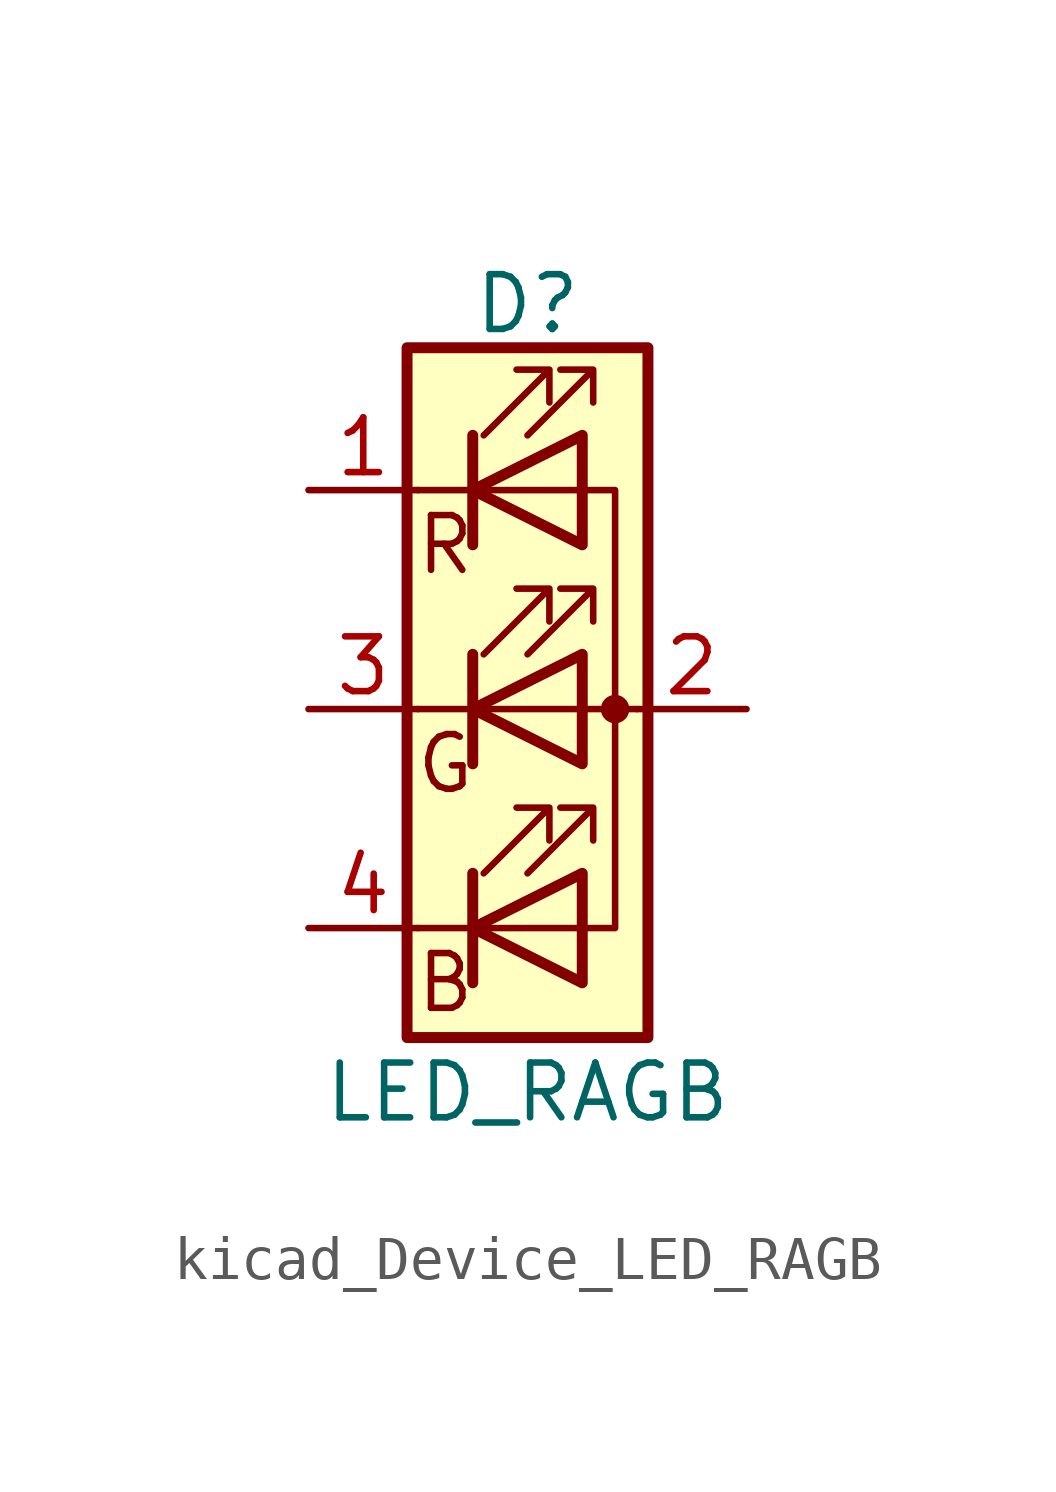
<source format=kicad_sym>
(kicad_symbol_lib
  (version 20220914)
  (generator kicad_symbol_editor)
  (symbol "kicad_Device_LED_RAGB"
    (pin_names
      (offset 0) hide)
    (property "Reference" "D"
      (at 0 9.398 0)
      (effects (font (size 1.27 1.27))))
    (property "Value" "LED_RAGB"
      (at 0 -8.89 0)
      (effects (font (size 1.27 1.27))))
    (symbol "kicad_Device_LED_RAGB_0_0"
      (text "B" (at -1.905 -6.35 0) (effects (font (size 1.27 1.27))))
      (text "G" (at -1.905 -1.27 0) (effects (font (size 1.27 1.27))))
      (text "R" (at -1.905 3.81 0) (effects (font (size 1.27 1.27)))))
    (symbol "kicad_Device_LED_RAGB_0_1"
      (polyline (pts (xy -1.27 -5.08) (xy -2.54 -5.08)) (stroke (width 0) (type default)) (fill (type none)))
      (polyline (pts (xy -1.27 -5.08) (xy 1.27 -5.08)) (stroke (width 0) (type default)) (fill (type none)))
      (polyline (pts (xy -1.27 -3.81) (xy -1.27 -6.35)) (stroke (width 0.254) (type default)) (fill (type none)))
      (polyline (pts (xy -1.27 0) (xy -2.54 0)) (stroke (width 0) (type default)) (fill (type none)))
      (polyline (pts (xy -1.27 1.27) (xy -1.27 -1.27)) (stroke (width 0.254) (type default)) (fill (type none)))
      (polyline (pts (xy -1.27 5.08) (xy -2.54 5.08)) (stroke (width 0) (type default)) (fill (type none)))
      (polyline (pts (xy -1.27 5.08) (xy 1.27 5.08)) (stroke (width 0) (type default)) (fill (type none)))
      (polyline (pts (xy -1.27 6.35) (xy -1.27 3.81)) (stroke (width 0.254) (type default)) (fill (type none)))
      (polyline (pts (xy 1.27 0) (xy -1.27 0)) (stroke (width 0) (type default)) (fill (type none)))
      (polyline (pts (xy 1.27 0) (xy 2.54 0)) (stroke (width 0) (type default)) (fill (type none)))
      (polyline (pts (xy -1.27 1.27) (xy -1.27 -1.27) (xy -1.27 -1.27)) (stroke (width 0) (type default)) (fill (type none)))
      (polyline (pts (xy -1.27 6.35) (xy -1.27 3.81) (xy -1.27 3.81)) (stroke (width 0) (type default)) (fill (type none)))
      (polyline (pts (xy 1.27 -5.08) (xy 2.032 -5.08) (xy 2.032 5.08) (xy 1.27 5.08)) (stroke (width 0) (type default)) (fill (type none)))
      (polyline (pts (xy 1.27 -3.81) (xy 1.27 -6.35) (xy -1.27 -5.08) (xy 1.27 -3.81)) (stroke (width 0.254) (type default)) (fill (type none)))
      (polyline (pts (xy 1.27 1.27) (xy 1.27 -1.27) (xy -1.27 0) (xy 1.27 1.27)) (stroke (width 0.254) (type default)) (fill (type none)))
      (polyline (pts (xy 1.27 6.35) (xy 1.27 3.81) (xy -1.27 5.08) (xy 1.27 6.35)) (stroke (width 0.254) (type default)) (fill (type none)))
      (polyline (pts (xy -1.016 -3.81) (xy 0.508 -2.286) (xy -0.254 -2.286) (xy 0.508 -2.286) (xy 0.508 -3.048)) (stroke (width 0) (type default)) (fill (type none)))
      (polyline (pts (xy -1.016 1.27) (xy 0.508 2.794) (xy -0.254 2.794) (xy 0.508 2.794) (xy 0.508 2.032)) (stroke (width 0) (type default)) (fill (type none)))
      (polyline (pts (xy -1.016 6.35) (xy 0.508 7.874) (xy -0.254 7.874) (xy 0.508 7.874) (xy 0.508 7.112)) (stroke (width 0) (type default)) (fill (type none)))
      (polyline (pts (xy 0 -3.81) (xy 1.524 -2.286) (xy 0.762 -2.286) (xy 1.524 -2.286) (xy 1.524 -3.048)) (stroke (width 0) (type default)) (fill (type none)))
      (polyline (pts (xy 0 1.27) (xy 1.524 2.794) (xy 0.762 2.794) (xy 1.524 2.794) (xy 1.524 2.032)) (stroke (width 0) (type default)) (fill (type none)))
      (polyline (pts (xy 0 6.35) (xy 1.524 7.874) (xy 0.762 7.874) (xy 1.524 7.874) (xy 1.524 7.112)) (stroke (width 0) (type default)) (fill (type none)))
      (rectangle (start 1.27 -1.27) (end 1.27 1.27) (stroke (width 0) (type default)) (fill (type none)))
      (rectangle (start 1.27 1.27) (end 1.27 1.27) (stroke (width 0) (type default)) (fill (type none)))
      (rectangle (start 1.27 3.81) (end 1.27 6.35) (stroke (width 0) (type default)) (fill (type none)))
      (rectangle (start 1.27 6.35) (end 1.27 6.35) (stroke (width 0) (type default)) (fill (type none)))
      (circle (center 2.032 0) (radius 0.254) (stroke (width 0) (type default)) (fill (type outline)))
      (rectangle (start 2.794 8.382) (end -2.794 -7.62) (stroke (width 0.254) (type default)) (fill (type background))))
    (symbol "kicad_Device_LED_RAGB_1_1"
      (pin passive line (at -5.08 5.08 0) (length 2.54) (name "RK" (effects (font (size 1.27 1.27)))) (number "1" (effects (font (size 1.27 1.27)))))
      (pin passive line (at 5.08 0 180) (length 2.54) (name "A" (effects (font (size 1.27 1.27)))) (number "2" (effects (font (size 1.27 1.27)))))
      (pin passive line (at -5.08 0 0) (length 2.54) (name "GK" (effects (font (size 1.27 1.27)))) (number "3" (effects (font (size 1.27 1.27)))))
      (pin passive line (at -5.08 -5.08 0) (length 2.54) (name "BK" (effects (font (size 1.27 1.27)))) (number "4" (effects (font (size 1.27 1.27))))))))
</source>
